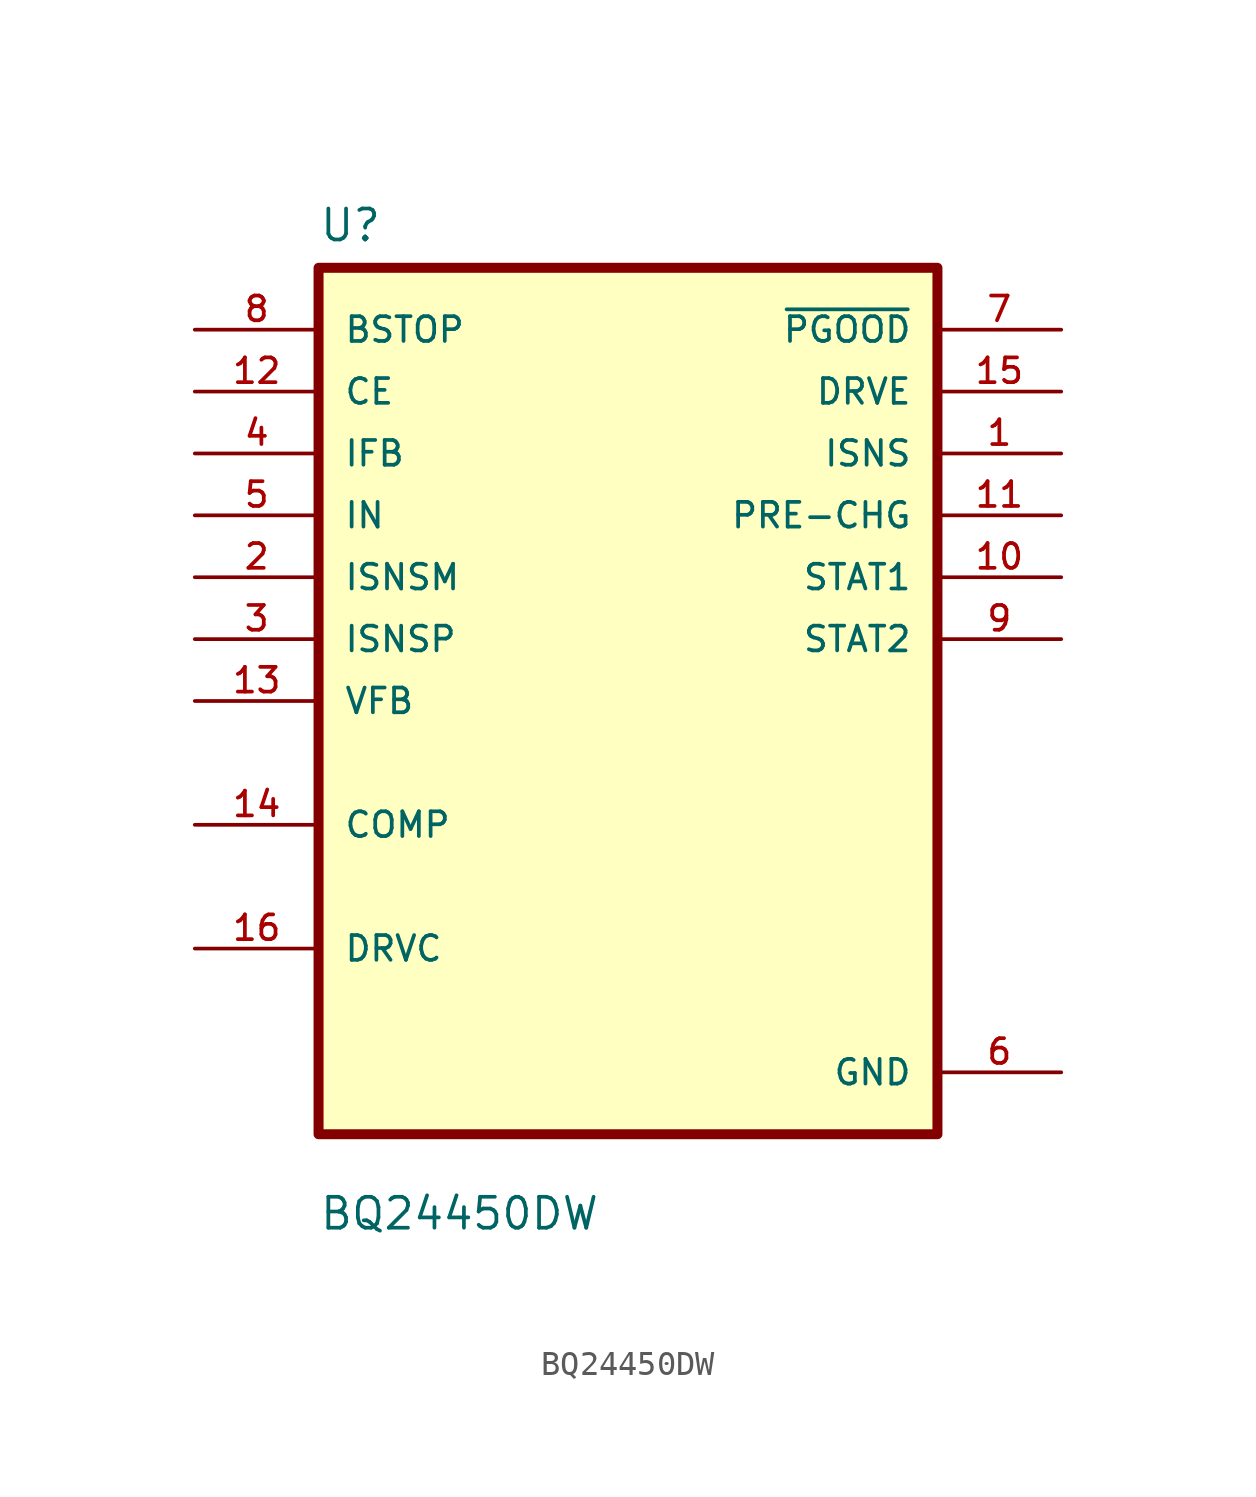
<source format=kicad_sym>
(kicad_symbol_lib
  (version 20211014)
  (generator kicad_symbol_editor)
  (symbol "BQ24450DW"
    (pin_names
      (offset 1.016))
    (property "Reference" "U"
      (at -12.7 18.78 0.0)
      (effects (font (size 1.27 1.27)) (justify bottom left)))
    (property "Value" "BQ24450DW"
      (at -12.7 -21.78 0.0)
      (effects (font (size 1.27 1.27)) (justify bottom left)))
    (symbol "BQ24450DW_0_0"
      (rectangle (start -12.7 -17.78) (end 12.7 17.78) (stroke (width 0.41)) (fill (type background)))
      (pin input line (at -17.78 15.24 0) (length 5.08) (name "BSTOP" (effects (font (size 1.016 1.016)))) (number "8" (effects (font (size 1.016 1.016)))))
      (pin input line (at -17.78 12.7 0) (length 5.08) (name "CE" (effects (font (size 1.016 1.016)))) (number "12" (effects (font (size 1.016 1.016)))))
      (pin input line (at -17.78 10.16 0) (length 5.08) (name "IFB" (effects (font (size 1.016 1.016)))) (number "4" (effects (font (size 1.016 1.016)))))
      (pin input line (at -17.78 7.62 0) (length 5.08) (name "IN" (effects (font (size 1.016 1.016)))) (number "5" (effects (font (size 1.016 1.016)))))
      (pin input line (at -17.78 5.08 0) (length 5.08) (name "ISNSM" (effects (font (size 1.016 1.016)))) (number "2" (effects (font (size 1.016 1.016)))))
      (pin input line (at -17.78 2.54 0) (length 5.08) (name "ISNSP" (effects (font (size 1.016 1.016)))) (number "3" (effects (font (size 1.016 1.016)))))
      (pin input line (at -17.78 3.55271e-15 0) (length 5.08) (name "VFB" (effects (font (size 1.016 1.016)))) (number "13" (effects (font (size 1.016 1.016)))))
      (pin bidirectional line (at -17.78 -5.08 0) (length 5.08) (name "COMP" (effects (font (size 1.016 1.016)))) (number "14" (effects (font (size 1.016 1.016)))))
      (pin bidirectional line (at -17.78 -10.16 0) (length 5.08) (name "DRVC" (effects (font (size 1.016 1.016)))) (number "16" (effects (font (size 1.016 1.016)))))
      (pin output line (at 17.78 15.24 180.0) (length 5.08) (name "~{PGOOD}" (effects (font (size 1.016 1.016)))) (number "7" (effects (font (size 1.016 1.016)))))
      (pin output line (at 17.78 12.7 180.0) (length 5.08) (name "DRVE" (effects (font (size 1.016 1.016)))) (number "15" (effects (font (size 1.016 1.016)))))
      (pin output line (at 17.78 10.16 180.0) (length 5.08) (name "ISNS" (effects (font (size 1.016 1.016)))) (number "1" (effects (font (size 1.016 1.016)))))
      (pin output line (at 17.78 7.62 180.0) (length 5.08) (name "PRE-CHG" (effects (font (size 1.016 1.016)))) (number "11" (effects (font (size 1.016 1.016)))))
      (pin output line (at 17.78 5.08 180.0) (length 5.08) (name "STAT1" (effects (font (size 1.016 1.016)))) (number "10" (effects (font (size 1.016 1.016)))))
      (pin output line (at 17.78 2.54 180.0) (length 5.08) (name "STAT2" (effects (font (size 1.016 1.016)))) (number "9" (effects (font (size 1.016 1.016)))))
      (pin power_in line (at 17.78 -15.24 180.0) (length 5.08) (name "GND" (effects (font (size 1.016 1.016)))) (number "6" (effects (font (size 1.016 1.016))))))))
</source>
